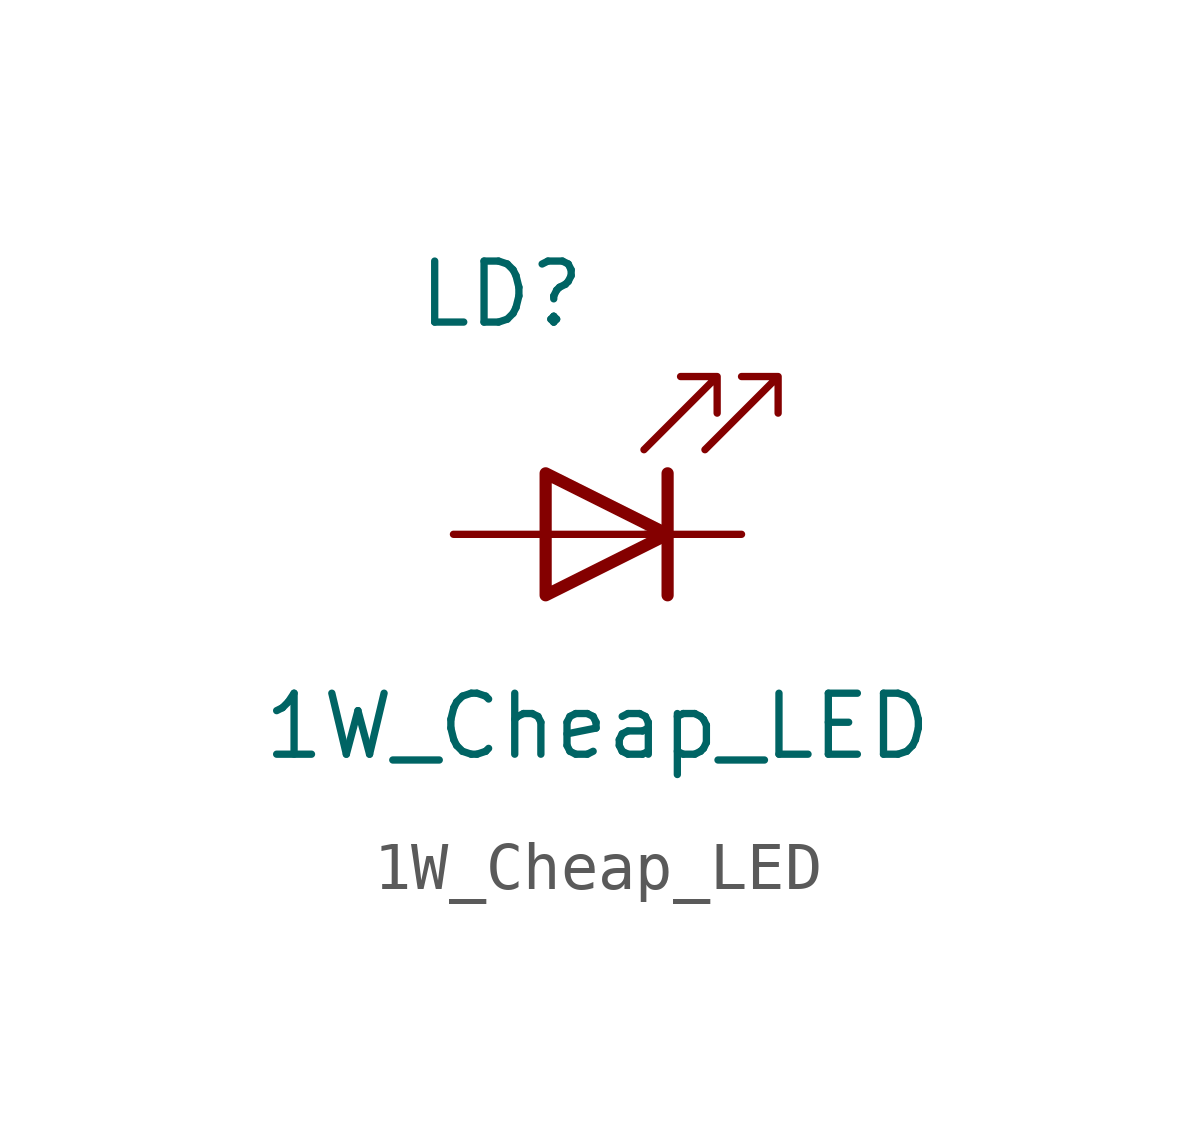
<source format=kicad_sym>
(kicad_symbol_lib
  (version 20211014)
  (generator kicad_symbol_editor)
  (symbol "1W_Cheap_LED"
    (pin_numbers hide)
    (pin_names
      (offset 0) hide)
    (property "Reference" "LD"
      (at -8 2 0)
      (effects (font (size 1.27 1.27))))
    (property "Value" "1W_Cheap_LED"
      (at -6 -7 0)
      (effects (font (size 1.27 1.27))))
    (symbol "1W_Cheap_LED_0_1"
      (polyline (pts (xy -4.54 -3) (xy -7.08 -3)) (stroke (width 0) (type default) (color 0 0 0 0)) (fill (type none)))
      (polyline (pts (xy -4.54 -1.73) (xy -4.54 -4.27)) (stroke (width 0.254) (type default) (color 0 0 0 0)) (fill (type none)))
      (polyline (pts (xy -7.08 -1.73) (xy -7.08 -4.27) (xy -4.54 -3) (xy -7.08 -1.73)) (stroke (width 0.254) (type default) (color 0 0 0 0)) (fill (type none)))
      (polyline (pts (xy -5.032 -1.238) (xy -3.508 0.286) (xy -4.27 0.286) (xy -3.508 0.286) (xy -3.508 -0.476)) (stroke (width 0) (type default) (color 0 0 0 0)) (fill (type none)))
      (polyline (pts (xy -3.762 -1.238) (xy -2.238 0.286) (xy -3 0.286) (xy -2.238 0.286) (xy -2.238 -0.476)) (stroke (width 0) (type default) (color 0 0 0 0)) (fill (type none))))
    (symbol "1W_Cheap_LED_1_1"
      (pin passive line (at -9 -3 0) (length 2) (name "A" (effects (font (size 1.27 1.27)))) (number "1" (effects (font (size 1.27 1.27)))))
      (pin passive line (at -3 -3 180) (length 2) (name "K" (effects (font (size 1.27 1.27)))) (number "2" (effects (font (size 1.27 1.27))))))))
</source>
